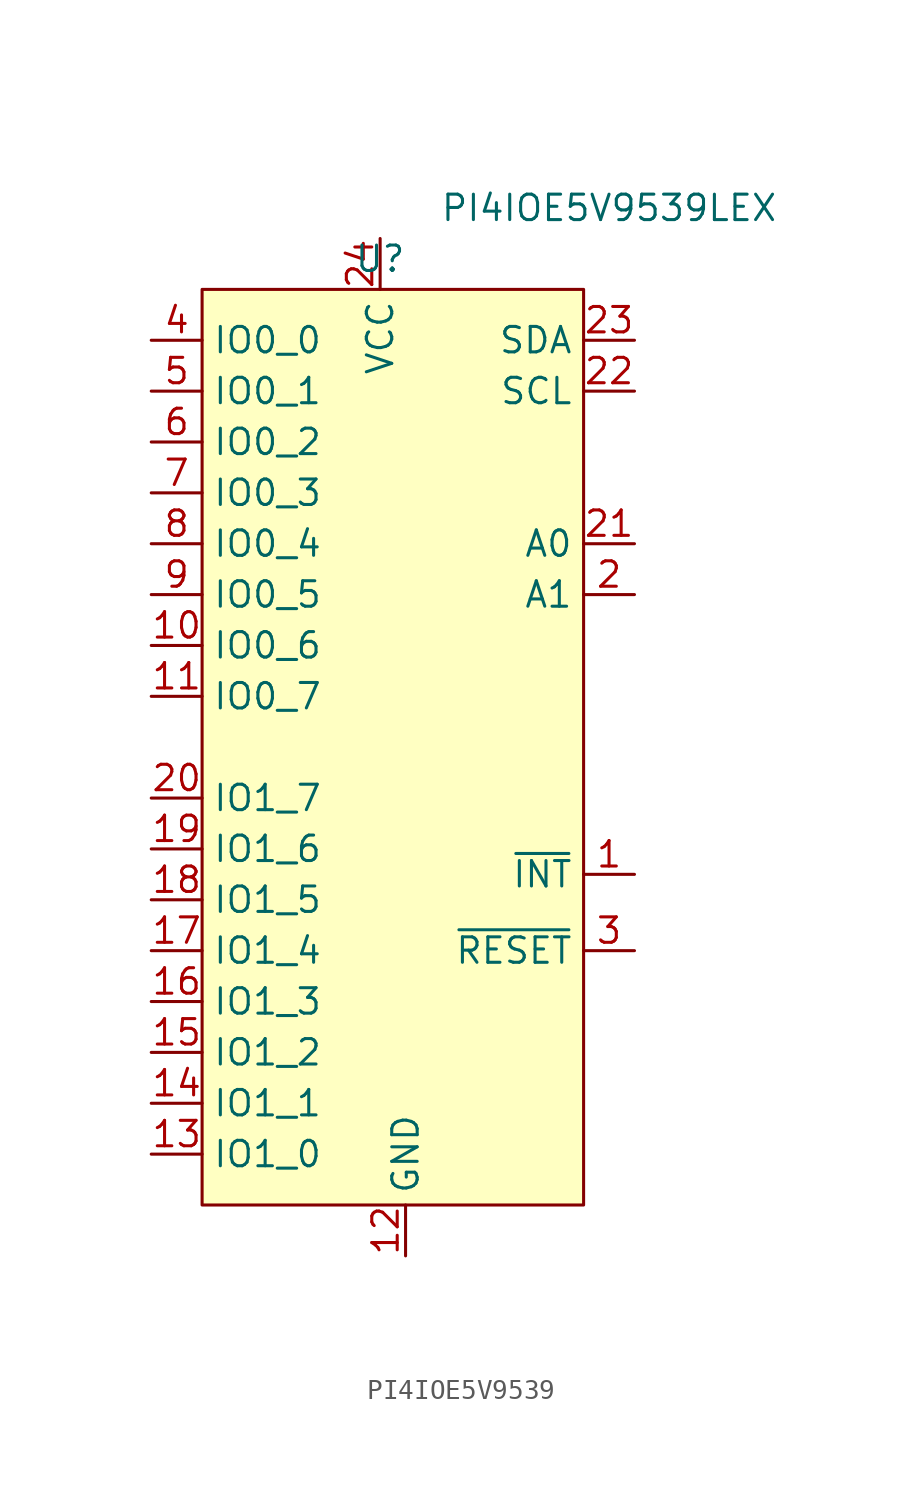
<source format=kicad_sym>
(kicad_symbol_lib
  (version 20241209)
  (generator "kicad_symbol_editor")
  (generator_version "9.0")
  (symbol "PI4IOE5V9539"
    (property "Reference" "U"
      (at 8.89 1.524 0)
      (effects (font (size 1.27 1.27))))
    (property "Value" "PI4IOE5V9539LEX"
      (at 20.32 4.064 0)
      (effects (font (size 1.27 1.27))))
    (symbol "PI4IOE5V9539_1_1"
      (rectangle (start 0 0) (end 19.05 -45.72) (stroke (width 0) (type solid)) (fill (type background)))
      (pin bidirectional line (at -2.54 -2.54 0) (length 2.54) (name "IO0_0" (effects (font (size 1.27 1.27)))) (number "4" (effects (font (size 1.27 1.27)))))
      (pin bidirectional line (at -2.54 -5.08 0) (length 2.54) (name "IO0_1" (effects (font (size 1.27 1.27)))) (number "5" (effects (font (size 1.27 1.27)))))
      (pin bidirectional line (at -2.54 -7.62 0) (length 2.54) (name "IO0_2" (effects (font (size 1.27 1.27)))) (number "6" (effects (font (size 1.27 1.27)))))
      (pin bidirectional line (at -2.54 -10.16 0) (length 2.54) (name "IO0_3" (effects (font (size 1.27 1.27)))) (number "7" (effects (font (size 1.27 1.27)))))
      (pin bidirectional line (at -2.54 -12.7 0) (length 2.54) (name "IO0_4" (effects (font (size 1.27 1.27)))) (number "8" (effects (font (size 1.27 1.27)))))
      (pin bidirectional line (at -2.54 -15.24 0) (length 2.54) (name "IO0_5" (effects (font (size 1.27 1.27)))) (number "9" (effects (font (size 1.27 1.27)))))
      (pin bidirectional line (at -2.54 -17.78 0) (length 2.54) (name "IO0_6" (effects (font (size 1.27 1.27)))) (number "10" (effects (font (size 1.27 1.27)))))
      (pin bidirectional line (at -2.54 -20.32 0) (length 2.54) (name "IO0_7" (effects (font (size 1.27 1.27)))) (number "11" (effects (font (size 1.27 1.27)))))
      (pin bidirectional line (at -2.54 -25.4 0) (length 2.54) (name "IO1_7" (effects (font (size 1.27 1.27)))) (number "20" (effects (font (size 1.27 1.27)))))
      (pin bidirectional line (at -2.54 -27.94 0) (length 2.54) (name "IO1_6" (effects (font (size 1.27 1.27)))) (number "19" (effects (font (size 1.27 1.27)))))
      (pin bidirectional line (at -2.54 -30.48 0) (length 2.54) (name "IO1_5" (effects (font (size 1.27 1.27)))) (number "18" (effects (font (size 1.27 1.27)))))
      (pin bidirectional line (at -2.54 -33.02 0) (length 2.54) (name "IO1_4" (effects (font (size 1.27 1.27)))) (number "17" (effects (font (size 1.27 1.27)))))
      (pin bidirectional line (at -2.54 -35.56 0) (length 2.54) (name "IO1_3" (effects (font (size 1.27 1.27)))) (number "16" (effects (font (size 1.27 1.27)))))
      (pin bidirectional line (at -2.54 -38.1 0) (length 2.54) (name "IO1_2" (effects (font (size 1.27 1.27)))) (number "15" (effects (font (size 1.27 1.27)))))
      (pin bidirectional line (at -2.54 -40.64 0) (length 2.54) (name "IO1_1" (effects (font (size 1.27 1.27)))) (number "14" (effects (font (size 1.27 1.27)))))
      (pin bidirectional line (at -2.54 -43.18 0) (length 2.54) (name "IO1_0" (effects (font (size 1.27 1.27)))) (number "13" (effects (font (size 1.27 1.27)))))
      (pin bidirectional line (at 8.89 2.54 270) (length 2.54) (name "VCC" (effects (font (size 1.27 1.27)))) (number "24" (effects (font (size 1.27 1.27)))))
      (pin bidirectional line (at 10.16 -48.26 90) (length 2.54) (name "GND" (effects (font (size 1.27 1.27)))) (number "12" (effects (font (size 1.27 1.27)))))
      (pin bidirectional line (at 21.59 -2.54 180) (length 2.54) (name "SDA" (effects (font (size 1.27 1.27)))) (number "23" (effects (font (size 1.27 1.27)))))
      (pin bidirectional line (at 21.59 -5.08 180) (length 2.54) (name "SCL" (effects (font (size 1.27 1.27)))) (number "22" (effects (font (size 1.27 1.27)))))
      (pin bidirectional line (at 21.59 -12.7 180) (length 2.54) (name "A0" (effects (font (size 1.27 1.27)))) (number "21" (effects (font (size 1.27 1.27)))))
      (pin bidirectional line (at 21.59 -15.24 180) (length 2.54) (name "A1" (effects (font (size 1.27 1.27)))) (number "2" (effects (font (size 1.27 1.27)))))
      (pin bidirectional line (at 21.59 -29.21 180) (length 2.54) (name "~{INT}" (effects (font (size 1.27 1.27)))) (number "1" (effects (font (size 1.27 1.27)))))
      (pin bidirectional line (at 21.59 -33.02 180) (length 2.54) (name "~{RESET}" (effects (font (size 1.27 1.27)))) (number "3" (effects (font (size 1.27 1.27))))))))
</source>
